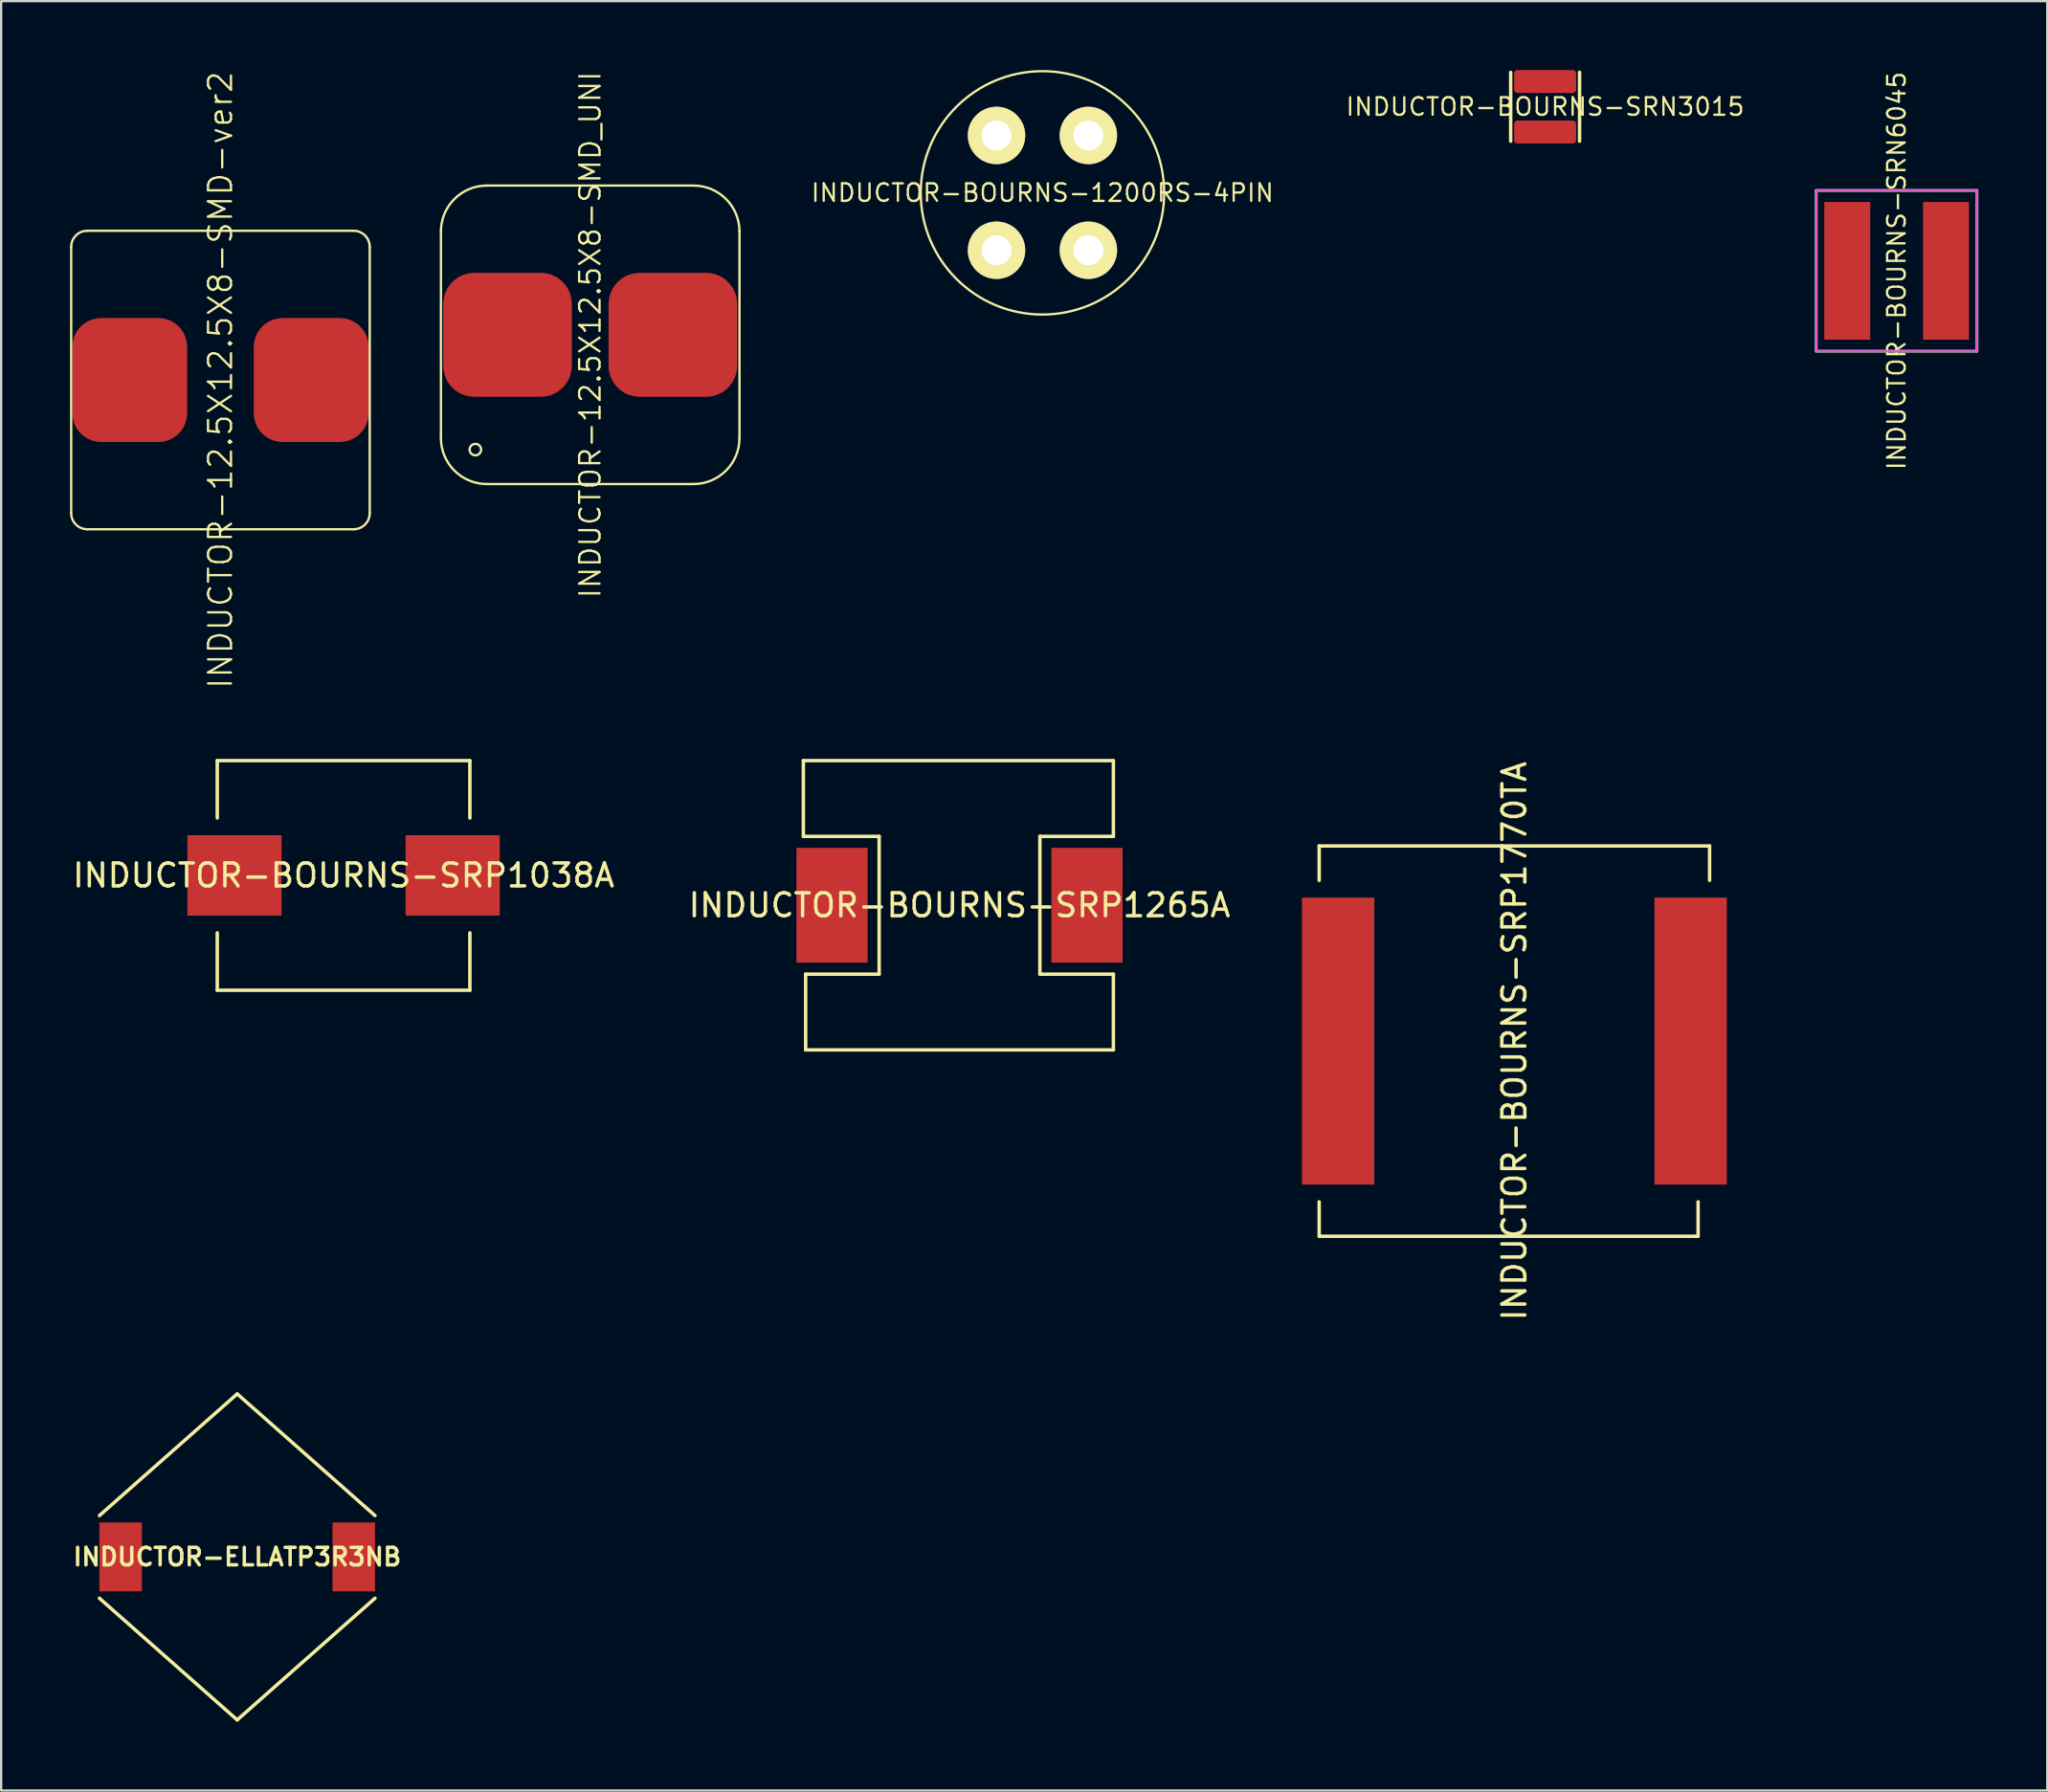
<source format=kicad_pcb>
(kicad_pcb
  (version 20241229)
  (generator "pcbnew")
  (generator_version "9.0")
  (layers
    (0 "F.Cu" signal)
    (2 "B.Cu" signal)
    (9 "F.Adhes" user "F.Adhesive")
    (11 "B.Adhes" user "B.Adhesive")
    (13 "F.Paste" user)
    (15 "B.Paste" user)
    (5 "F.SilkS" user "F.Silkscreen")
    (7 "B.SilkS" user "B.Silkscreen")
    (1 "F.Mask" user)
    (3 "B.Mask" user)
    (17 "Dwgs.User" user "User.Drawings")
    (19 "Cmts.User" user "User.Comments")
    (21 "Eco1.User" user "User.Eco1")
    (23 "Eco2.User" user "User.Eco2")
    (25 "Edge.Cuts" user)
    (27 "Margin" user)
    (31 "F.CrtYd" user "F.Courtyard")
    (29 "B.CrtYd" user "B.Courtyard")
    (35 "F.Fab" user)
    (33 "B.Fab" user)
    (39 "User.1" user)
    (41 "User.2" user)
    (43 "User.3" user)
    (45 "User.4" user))
  (footprint "INDUCTOR-BOURNS-SRP1770TA"
    (layer "F.Cu")
    (at 62.893 42.296)
    (property "Reference" "INDUCTOR-BOURNS-SRP1770TA" (at 0 0 90) (layer "F.SilkS") (effects (font (size 1 1) (thickness 0.15))))
    (attr through_hole)
    (fp_line (start -8.5 -8.5) (end -8.5 -7) (stroke (width 0.15) (type solid)) (layer "F.SilkS"))
    (fp_line (start -8.5 -8.5) (end 8.5 -8.5) (stroke (width 0.15) (type solid)) (layer "F.SilkS"))
    (fp_line (start -8.5 7) (end -8.5 8.5) (stroke (width 0.15) (type solid)) (layer "F.SilkS"))
    (fp_line (start -8.5 8.5) (end 8 8.5) (stroke (width 0.15) (type solid)) (layer "F.SilkS"))
    (fp_line (start 8 8.5) (end 8 7) (stroke (width 0.15) (type solid)) (layer "F.SilkS"))
    (fp_line (start 8.5 -8.5) (end 8.5 -7) (stroke (width 0.15) (type solid)) (layer "F.SilkS"))
    (pad "1" smd rect (at -7.675 0) (size 3.15 12.5) (layers "F.Cu" "F.Mask" "F.Paste"))
    (pad "2" smd rect (at 7.675 0) (size 3.15 12.5) (layers "F.Cu" "F.Mask" "F.Paste")))
  (footprint "INDUCTOR-ELLATP3R3NB"
    (layer "F.Cu")
    (at 7.279 64.763)
    (property "Reference" "INDUCTOR-ELLATP3R3NB" (at 0 0 0) (layer "F.SilkS") (effects (font (size 0.762 0.762) (thickness 0.15))))
    (attr through_hole)
    (fp_line (start -6 -1.8) (end 0 -7.1) (stroke (width 0.15) (type solid)) (layer "F.SilkS"))
    (fp_line (start -6 1.8) (end 0 7.1) (stroke (width 0.15) (type solid)) (layer "F.SilkS"))
    (fp_line (start 0 -7.1) (end 6 -1.8) (stroke (width 0.15) (type solid)) (layer "F.SilkS"))
    (fp_line (start 0 7.1) (end 6 1.8) (stroke (width 0.15) (type solid)) (layer "F.SilkS"))
    (pad "1" smd rect (at -5.075 0) (size 1.85 3) (layers "F.Cu" "F.Mask" "F.Paste"))
    (pad "1" smd rect (at 5.075 0) (size 1.85 3) (layers "F.Cu" "F.Mask" "F.Paste")))
  (footprint "INDUCTOR-12.5X12.5X8-SMD-ver2"
    (layer "F.Cu")
    (at 6.55 13.502)
    (property "Reference" "INDUCTOR-12.5X12.5X8-SMD-ver2" (at 0 0 90) (layer "F.SilkS") (effects (font (size 1 1) (thickness 0.1))))
    (attr through_hole)
    (fp_line (start -6.5 5.8) (end -6.5 -5.8) (stroke (width 0.1) (type solid)) (layer "F.SilkS"))
    (fp_line (start -5.8 -6.5) (end 5.8 -6.5) (stroke (width 0.1) (type solid)) (layer "F.SilkS"))
    (fp_line (start 5.8 6.5) (end -5.8 6.5) (stroke (width 0.1) (type solid)) (layer "F.SilkS"))
    (fp_line (start 6.5 -5.8) (end 6.5 5.8) (stroke (width 0.1) (type solid)) (layer "F.SilkS"))
    (fp_arc (start -6.5 -5.8) (mid -6.294975 -6.294975) (end -5.8 -6.5) (stroke (width 0.1) (type solid)) (layer "F.SilkS"))
    (fp_arc (start -5.8 6.5) (mid -6.294975 6.294975) (end -6.5 5.8) (stroke (width 0.1) (type solid)) (layer "F.SilkS"))
    (fp_arc (start 5.8 -6.5) (mid 6.294975 -6.294975) (end 6.5 -5.8) (stroke (width 0.1) (type solid)) (layer "F.SilkS"))
    (fp_arc (start 6.5 5.8) (mid 6.294975 6.294975) (end 5.8 6.5) (stroke (width 0.1) (type solid)) (layer "F.SilkS"))
    (pad "1" smd roundrect (at -4.95 0) (size 5 5.4) (drill (offset 1 0)) (layers "F.Cu" "F.Mask" "F.Paste") (roundrect_rratio 0.25))
    (pad "2" smd roundrect (at 4.95 0) (size 5 5.4) (drill (offset -1 0)) (layers "F.Cu" "F.Mask" "F.Paste") (roundrect_rratio 0.25)))
  (footprint "INDUCTOR-BOURNS-1200RS-4PIN"
    (layer "F.Cu")
    (at 42.343 5.35)
    (property "Reference" "INDUCTOR-BOURNS-1200RS-4PIN" (at 0 0 0) (layer "F.SilkS") (effects (font (size 0.762 0.762) (thickness 0.1))))
    (attr through_hole)
    (fp_circle (center 0 0) (end 5.3 0) (stroke (width 0.1) (type solid)) (fill no) (layer "F.SilkS"))
    (pad "1" thru_hole circle (at -2 -2.5) (size 2.5 2.5) (drill 1.3) (layers "*.Cu" "*.Mask" "F.SilkS"))
    (pad "2" thru_hole circle (at -2 2.5) (size 2.5 2.5) (drill 1.3) (layers "*.Cu" "*.Mask" "F.SilkS"))
    (pad "3" thru_hole circle (at 2 2.5) (size 2.5 2.5) (drill 1.3) (layers "*.Cu" "*.Mask" "F.SilkS"))
    (pad "4" thru_hole circle (at 2 -2.5) (size 2.5 2.5) (drill 1.3) (layers "*.Cu" "*.Mask" "F.SilkS")))
  (footprint "INDUCTOR-BOURNS-SRP1038A"
    (layer "F.Cu")
    (at 11.911 35.08)
    (property "Reference" "INDUCTOR-BOURNS-SRP1038A" (at 0 0 0) (layer "F.SilkS") (effects (font (size 1 1) (thickness 0.15))))
    (attr through_hole)
    (fp_line (start -5.5 -5) (end 5.5 -5) (stroke (width 0.15) (type solid)) (layer "F.SilkS"))
    (fp_line (start -5.5 -2.5) (end -5.5 -5) (stroke (width 0.15) (type solid)) (layer "F.SilkS"))
    (fp_line (start -5.5 5) (end -5.5 2.5) (stroke (width 0.15) (type solid)) (layer "F.SilkS"))
    (fp_line (start 5.5 -5) (end 5.5 -2.5) (stroke (width 0.15) (type solid)) (layer "F.SilkS"))
    (fp_line (start 5.5 2.5) (end 5.5 5) (stroke (width 0.15) (type solid)) (layer "F.SilkS"))
    (fp_line (start 5.5 5) (end -5.5 5) (stroke (width 0.15) (type solid)) (layer "F.SilkS"))
    (pad "1" smd rect (at -4.75 0) (size 4.1 3.5) (layers "F.Cu" "F.Mask" "F.Paste"))
    (pad "2" smd rect (at 4.75 0) (size 4.1 3.5) (layers "F.Cu" "F.Mask" "F.Paste")))
  (footprint "INDUCTOR-12.5X12.5X8-SMD_UNI"
    (layer "F.Cu")
    (at 22.65 11.533)
    (property "Reference" "INDUCTOR-12.5X12.5X8-SMD_UNI" (at 0 0 90) (layer "F.SilkS") (effects (font (size 0.889 0.889) (thickness 0.1))))
    (attr through_hole)
    (fp_line (start -6.5 -4.5) (end -6.5 4.5) (stroke (width 0.1) (type solid)) (layer "F.SilkS"))
    (fp_line (start -4.5 -6.5) (end 4.5 -6.5) (stroke (width 0.1) (type solid)) (layer "F.SilkS"))
    (fp_line (start -4.5 6.5) (end 4.5 6.5) (stroke (width 0.1) (type solid)) (layer "F.SilkS"))
    (fp_line (start 6.5 4.5) (end 6.5 -4.5) (stroke (width 0.1) (type solid)) (layer "F.SilkS"))
    (fp_arc (start -6.5 -4.5) (mid -5.914214 -5.914214) (end -4.5 -6.5) (stroke (width 0.1) (type solid)) (layer "F.SilkS"))
    (fp_arc (start -4.5 6.5) (mid -5.914214 5.914214) (end -6.5 4.5) (stroke (width 0.1) (type solid)) (layer "F.SilkS"))
    (fp_arc (start 4.5 -6.5) (mid 5.914214 -5.914214) (end 6.5 -4.5) (stroke (width 0.1) (type solid)) (layer "F.SilkS"))
    (fp_arc (start 6.5 4.5) (mid 5.914214 5.914214) (end 4.5 6.5) (stroke (width 0.1) (type solid)) (layer "F.SilkS"))
    (fp_circle (center -5 5) (end -5.25 5) (stroke (width 0.1) (type solid)) (fill no) (layer "F.SilkS"))
    (pad "1" smd roundrect (at -3.6 0) (size 5.6 5.4) (layers "F.Cu" "F.Mask" "F.Paste") (roundrect_rratio 0.25))
    (pad "2" smd roundrect (at 3.6 0) (size 5.6 5.4) (layers "F.Cu" "F.Mask" "F.Paste") (roundrect_rratio 0.25)))
  (footprint "INDUCTOR-BOURNS-SRN6045"
    (layer "F.Cu")
    (at 79.538 8.746)
    (property "Reference" "INDUCTOR-BOURNS-SRN6045" (at 0 0 90) (layer "F.SilkS") (effects (font (size 0.762 0.762) (thickness 0.1))))
    (attr through_hole)
    (fp_line (start -3.5 -3.5) (end 3.5 -3.5) (stroke (width 0.1) (type solid)) (layer "F.SilkS"))
    (fp_line (start -3.5 3.5) (end -3.5 -3.5) (stroke (width 0.1) (type solid)) (layer "F.SilkS"))
    (fp_line (start 3.5 -3.5) (end 3.5 3.5) (stroke (width 0.1) (type solid)) (layer "F.SilkS"))
    (fp_line (start 3.5 3.5) (end -3.5 3.5) (stroke (width 0.1) (type solid)) (layer "F.SilkS"))
    (fp_line (start -3.5 -3.5) (end 3.5 -3.5) (stroke (width 0.05) (type solid)) (layer "F.CrtYd"))
    (fp_line (start -3.5 3.5) (end -3.5 -3.5) (stroke (width 0.05) (type solid)) (layer "F.CrtYd"))
    (fp_line (start 3.5 -3.5) (end 3.5 3.5) (stroke (width 0.05) (type solid)) (layer "F.CrtYd"))
    (fp_line (start 3.5 3.5) (end -3.5 3.5) (stroke (width 0.05) (type solid)) (layer "F.CrtYd"))
    (fp_line (start -3.5 -3.5) (end 3.5 -3.5) (stroke (width 0.12) (type solid)) (layer "F.Fab"))
    (fp_line (start -3.5 3.5) (end -3.5 -3.5) (stroke (width 0.12) (type solid)) (layer "F.Fab"))
    (fp_line (start 3.5 -3.5) (end 3.5 3.5) (stroke (width 0.12) (type solid)) (layer "F.Fab"))
    (fp_line (start 3.5 3.5) (end -3.5 3.5) (stroke (width 0.12) (type solid)) (layer "F.Fab"))
    (pad "1" smd rect (at -2.15 0) (size 2 6) (layers "F.Cu" "F.Mask" "F.Paste"))
    (pad "2" smd rect (at 2.15 0) (size 2 6) (layers "F.Cu" "F.Mask" "F.Paste")))
  (footprint "INDUCTOR-BOURNS-SRN3015"
    (layer "F.Cu")
    (at 64.232 1.6)
    (property "Reference" "INDUCTOR-BOURNS-SRN3015" (at 0 0 0) (layer "F.SilkS") (effects (font (size 0.762 0.762) (thickness 0.1))))
    (attr through_hole)
    (fp_line (start -1.5 -1.5) (end -1.5 1.5) (stroke (width 0.15) (type solid)) (layer "F.SilkS"))
    (fp_line (start 1.5 -1.5) (end 1.5 1.5) (stroke (width 0.15) (type solid)) (layer "F.SilkS"))
    (pad "1" smd roundrect (at 0 -1.1) (size 2.7 1) (layers "F.Cu" "F.Mask" "F.Paste") (roundrect_rratio 0.15))
    (pad "2" smd roundrect (at 0 1.1) (size 2.7 1) (layers "F.Cu" "F.Mask" "F.Paste") (roundrect_rratio 0.15)))
  (footprint "INDUCTOR-BOURNS-SRP1265A"
    (layer "F.Cu")
    (at 38.732 36.38)
    (property "Reference" "INDUCTOR-BOURNS-SRP1265A" (at 0 0 0) (layer "F.SilkS") (effects (font (size 1 1) (thickness 0.15))))
    (attr through_hole)
    (fp_line (start -6.8 -6.3) (end -6.8 -3) (stroke (width 0.15) (type solid)) (layer "F.SilkS"))
    (fp_line (start -6.8 -6.3) (end 6.7 -6.3) (stroke (width 0.15) (type solid)) (layer "F.SilkS"))
    (fp_line (start -6.8 -3) (end -3.5 -3) (stroke (width 0.15) (type solid)) (layer "F.SilkS"))
    (fp_line (start -6.7 3) (end -3.5 3) (stroke (width 0.15) (type solid)) (layer "F.SilkS"))
    (fp_line (start -6.7 6.3) (end -6.7 3) (stroke (width 0.15) (type solid)) (layer "F.SilkS"))
    (fp_line (start -6.7 6.3) (end 6.7 6.3) (stroke (width 0.15) (type solid)) (layer "F.SilkS"))
    (fp_line (start -3.5 -3) (end -3.5 3) (stroke (width 0.15) (type solid)) (layer "F.SilkS"))
    (fp_line (start 3.5 -3) (end 3.5 3) (stroke (width 0.15) (type solid)) (layer "F.SilkS"))
    (fp_line (start 3.5 3) (end 6.7 3) (stroke (width 0.15) (type solid)) (layer "F.SilkS"))
    (fp_line (start 6.7 -6.3) (end 6.7 -3) (stroke (width 0.15) (type solid)) (layer "F.SilkS"))
    (fp_line (start 6.7 -3) (end 3.5 -3) (stroke (width 0.15) (type solid)) (layer "F.SilkS"))
    (fp_line (start 6.7 3) (end 6.7 6.3) (stroke (width 0.15) (type solid)) (layer "F.SilkS"))
    (pad "1" smd rect (at -5.55 0) (size 3.1 5) (layers "F.Cu" "F.Mask" "F.Paste"))
    (pad "2" smd rect (at 5.55 0) (size 3.1 5) (layers "F.Cu" "F.Mask" "F.Paste")))
  (gr_rect
    (start -3 -3)
    (end 86.098 74.938)
    (stroke (width 0.1) (type default))
    (fill no)
    (layer "Edge.Cuts")))
</source>
